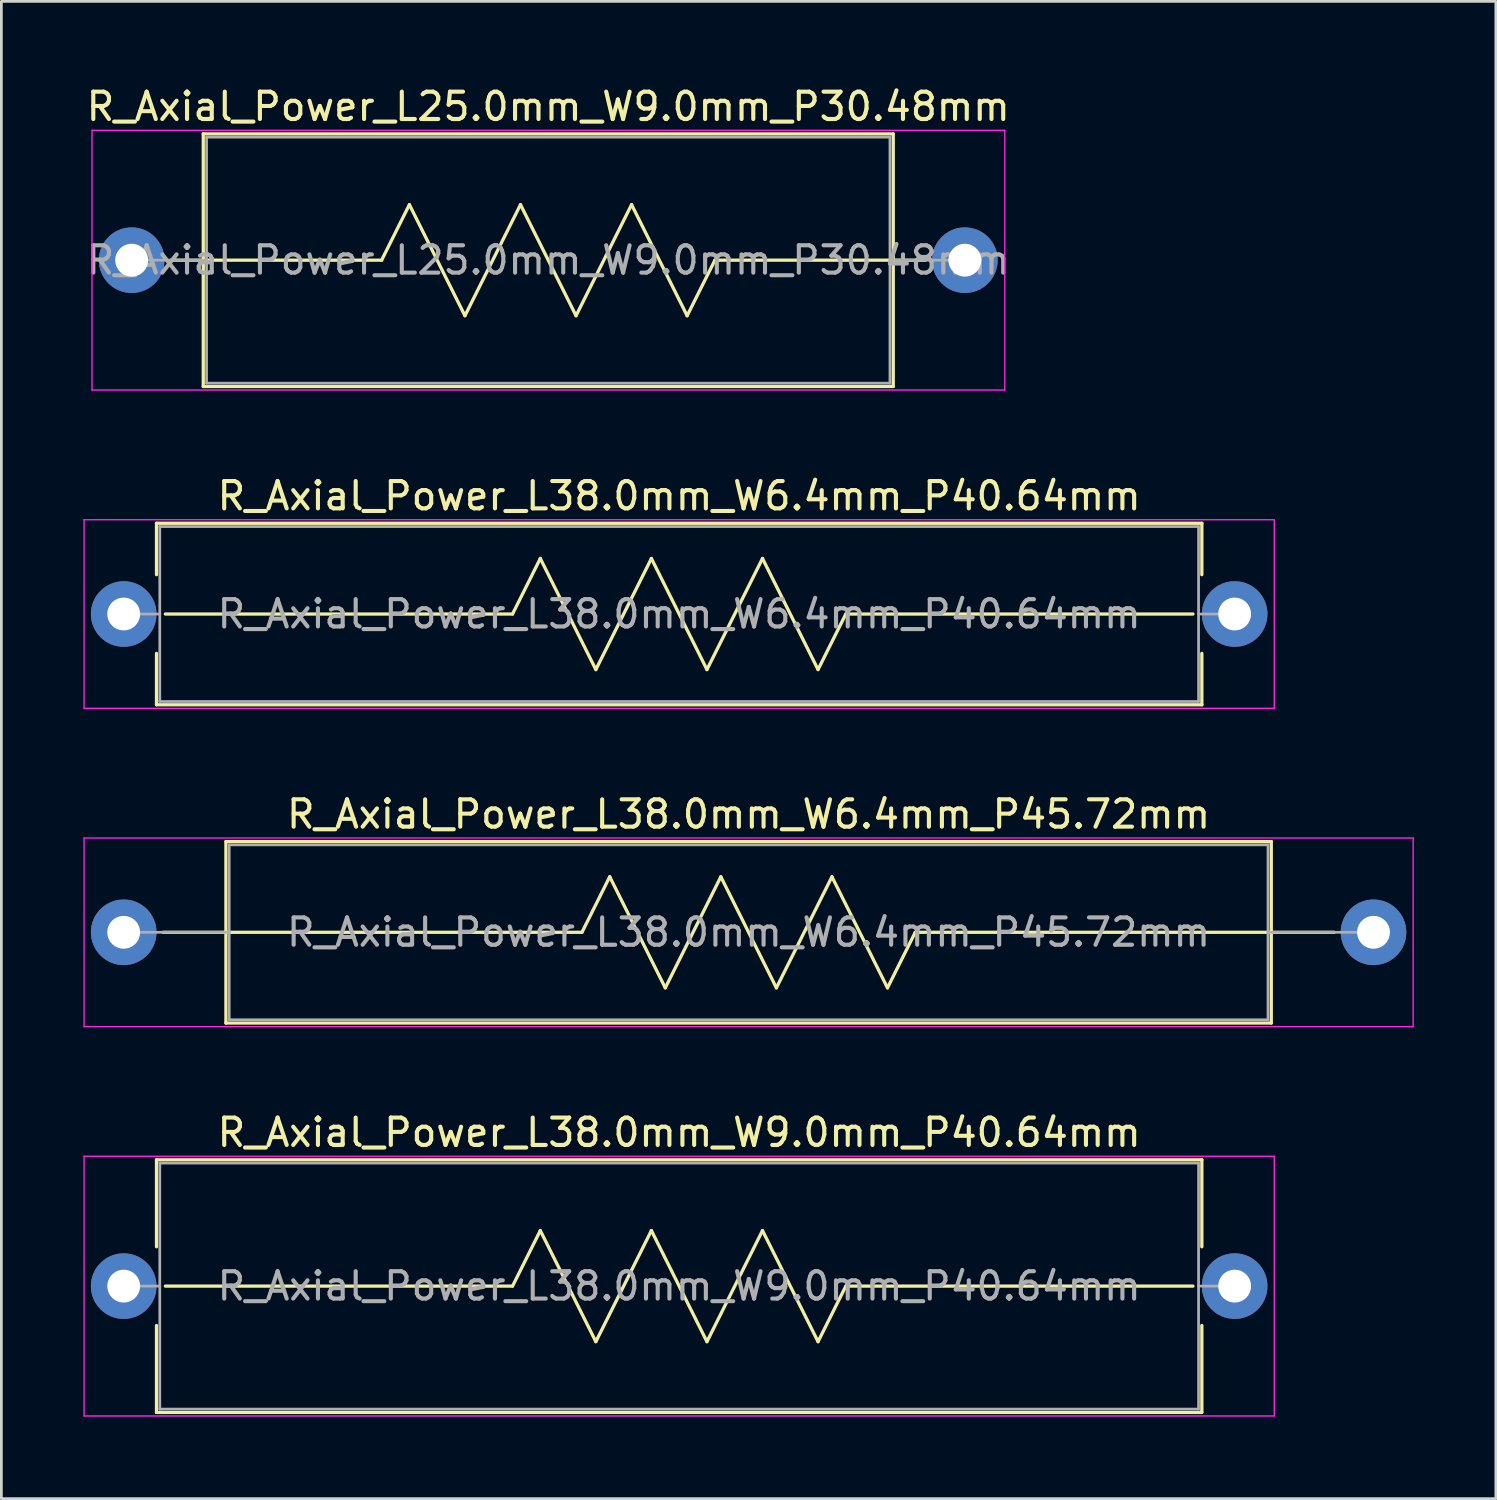
<source format=kicad_pcb>
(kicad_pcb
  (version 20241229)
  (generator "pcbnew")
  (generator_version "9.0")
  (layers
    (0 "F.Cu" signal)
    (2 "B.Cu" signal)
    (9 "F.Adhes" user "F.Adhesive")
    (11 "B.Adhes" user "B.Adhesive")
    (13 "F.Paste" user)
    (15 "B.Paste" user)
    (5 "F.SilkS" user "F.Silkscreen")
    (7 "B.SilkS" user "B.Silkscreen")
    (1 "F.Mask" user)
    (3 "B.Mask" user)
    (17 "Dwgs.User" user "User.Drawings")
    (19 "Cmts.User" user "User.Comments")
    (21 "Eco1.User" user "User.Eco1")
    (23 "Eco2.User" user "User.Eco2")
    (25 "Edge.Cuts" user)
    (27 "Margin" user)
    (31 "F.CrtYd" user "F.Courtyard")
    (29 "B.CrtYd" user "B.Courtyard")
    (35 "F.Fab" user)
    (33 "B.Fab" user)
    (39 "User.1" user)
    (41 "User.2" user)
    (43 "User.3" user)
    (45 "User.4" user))
  (footprint "R_Axial_Power_L38.0mm_W6.4mm_P45.72mm"
    (layer "F.Cu")
    (at 1.475 31.055)
    (property "Reference" "R_Axial_Power_L38.0mm_W6.4mm_P45.72mm" (at 22.86 -4.32 0) (layer "F.SilkS") (effects (font (size 1 1) (thickness 0.15))))
    (attr through_hole)
    (fp_line (start 1.44 0) (end 3.74 0) (stroke (width 0.12) (type solid)) (layer "F.SilkS"))
    (fp_line (start 3.74 -3.32) (end 3.74 3.32) (stroke (width 0.12) (type solid)) (layer "F.SilkS"))
    (fp_line (start 3.74 0) (end 16.764 0) (stroke (width 0.12) (type solid)) (layer "F.SilkS"))
    (fp_line (start 3.74 3.32) (end 41.98 3.32) (stroke (width 0.12) (type solid)) (layer "F.SilkS"))
    (fp_line (start 16.764 0) (end 17.78 -2.032) (stroke (width 0.12) (type solid)) (layer "F.SilkS"))
    (fp_line (start 17.78 -2.032) (end 19.812 2.032) (stroke (width 0.12) (type solid)) (layer "F.SilkS"))
    (fp_line (start 19.812 2.032) (end 21.844 -2.032) (stroke (width 0.12) (type solid)) (layer "F.SilkS"))
    (fp_line (start 21.844 -2.032) (end 23.876 2.032) (stroke (width 0.12) (type solid)) (layer "F.SilkS"))
    (fp_line (start 23.876 2.032) (end 25.908 -2.032) (stroke (width 0.12) (type solid)) (layer "F.SilkS"))
    (fp_line (start 25.908 -2.032) (end 27.94 2.032) (stroke (width 0.12) (type solid)) (layer "F.SilkS"))
    (fp_line (start 27.94 2.032) (end 28.956 0) (stroke (width 0.12) (type solid)) (layer "F.SilkS"))
    (fp_line (start 41.98 -3.32) (end 3.74 -3.32) (stroke (width 0.12) (type solid)) (layer "F.SilkS"))
    (fp_line (start 41.98 0) (end 28.956 0) (stroke (width 0.12) (type solid)) (layer "F.SilkS"))
    (fp_line (start 41.98 3.32) (end 41.98 -3.32) (stroke (width 0.12) (type solid)) (layer "F.SilkS"))
    (fp_line (start 44.28 0) (end 41.98 0) (stroke (width 0.12) (type solid)) (layer "F.SilkS"))
    (fp_line (start -1.45 -3.45) (end -1.45 3.45) (stroke (width 0.05) (type solid)) (layer "F.CrtYd"))
    (fp_line (start -1.45 3.45) (end 47.17 3.45) (stroke (width 0.05) (type solid)) (layer "F.CrtYd"))
    (fp_line (start 47.17 -3.45) (end -1.45 -3.45) (stroke (width 0.05) (type solid)) (layer "F.CrtYd"))
    (fp_line (start 47.17 3.45) (end 47.17 -3.45) (stroke (width 0.05) (type solid)) (layer "F.CrtYd"))
    (fp_line (start 0 0) (end 3.86 0) (stroke (width 0.1) (type solid)) (layer "F.Fab"))
    (fp_line (start 3.86 -3.2) (end 3.86 3.2) (stroke (width 0.1) (type solid)) (layer "F.Fab"))
    (fp_line (start 3.86 3.2) (end 41.86 3.2) (stroke (width 0.1) (type solid)) (layer "F.Fab"))
    (fp_line (start 41.86 -3.2) (end 3.86 -3.2) (stroke (width 0.1) (type solid)) (layer "F.Fab"))
    (fp_line (start 41.86 3.2) (end 41.86 -3.2) (stroke (width 0.1) (type solid)) (layer "F.Fab"))
    (fp_line (start 45.72 0) (end 41.86 0) (stroke (width 0.1) (type solid)) (layer "F.Fab"))
    (fp_text user "${REFERENCE}" (at 22.86 0 0) (layer "F.Fab") (effects (font (size 1 1) (thickness 0.15))))
    (pad "1" thru_hole circle (at 0 0) (size 2.4 2.4) (drill 1.2) (layers "*.Cu" "*.Mask"))
    (pad "2" thru_hole oval (at 45.72 0) (size 2.4 2.4) (drill 1.2) (layers "*.Cu" "*.Mask")))
  (footprint "R_Axial_Power_L38.0mm_W6.4mm_P40.64mm"
    (layer "F.Cu")
    (at 1.475 19.412)
    (property "Reference" "R_Axial_Power_L38.0mm_W6.4mm_P40.64mm" (at 20.32 -4.32 0) (layer "F.SilkS") (effects (font (size 1 1) (thickness 0.15))))
    (attr through_hole)
    (fp_line (start 1.2 -3.32) (end 39.44 -3.32) (stroke (width 0.12) (type solid)) (layer "F.SilkS"))
    (fp_line (start 1.2 -1.44) (end 1.2 -3.32) (stroke (width 0.12) (type solid)) (layer "F.SilkS"))
    (fp_line (start 1.2 1.44) (end 1.2 3.32) (stroke (width 0.12) (type solid)) (layer "F.SilkS"))
    (fp_line (start 1.2 3.32) (end 39.44 3.32) (stroke (width 0.12) (type solid)) (layer "F.SilkS"))
    (fp_line (start 1.524 0) (end 14.224 0) (stroke (width 0.12) (type solid)) (layer "F.SilkS"))
    (fp_line (start 14.224 0) (end 15.24 -2.032) (stroke (width 0.12) (type solid)) (layer "F.SilkS"))
    (fp_line (start 15.24 -2.032) (end 17.272 2.032) (stroke (width 0.12) (type solid)) (layer "F.SilkS"))
    (fp_line (start 17.272 2.032) (end 19.304 -2.032) (stroke (width 0.12) (type solid)) (layer "F.SilkS"))
    (fp_line (start 19.304 -2.032) (end 21.336 2.032) (stroke (width 0.12) (type solid)) (layer "F.SilkS"))
    (fp_line (start 21.336 2.032) (end 23.368 -2.032) (stroke (width 0.12) (type solid)) (layer "F.SilkS"))
    (fp_line (start 23.368 -2.032) (end 25.4 2.032) (stroke (width 0.12) (type solid)) (layer "F.SilkS"))
    (fp_line (start 25.4 2.032) (end 26.416 0) (stroke (width 0.12) (type solid)) (layer "F.SilkS"))
    (fp_line (start 39.116 0) (end 26.416 0) (stroke (width 0.12) (type solid)) (layer "F.SilkS"))
    (fp_line (start 39.44 -3.32) (end 39.44 -1.44) (stroke (width 0.12) (type solid)) (layer "F.SilkS"))
    (fp_line (start 39.44 3.32) (end 39.44 1.44) (stroke (width 0.12) (type solid)) (layer "F.SilkS"))
    (fp_line (start -1.45 -3.45) (end -1.45 3.45) (stroke (width 0.05) (type solid)) (layer "F.CrtYd"))
    (fp_line (start -1.45 3.45) (end 42.09 3.45) (stroke (width 0.05) (type solid)) (layer "F.CrtYd"))
    (fp_line (start 42.09 -3.45) (end -1.45 -3.45) (stroke (width 0.05) (type solid)) (layer "F.CrtYd"))
    (fp_line (start 42.09 3.45) (end 42.09 -3.45) (stroke (width 0.05) (type solid)) (layer "F.CrtYd"))
    (fp_line (start 0 0) (end 1.32 0) (stroke (width 0.1) (type solid)) (layer "F.Fab"))
    (fp_line (start 1.32 -3.2) (end 1.32 3.2) (stroke (width 0.1) (type solid)) (layer "F.Fab"))
    (fp_line (start 1.32 3.2) (end 39.32 3.2) (stroke (width 0.1) (type solid)) (layer "F.Fab"))
    (fp_line (start 39.32 -3.2) (end 1.32 -3.2) (stroke (width 0.1) (type solid)) (layer "F.Fab"))
    (fp_line (start 39.32 3.2) (end 39.32 -3.2) (stroke (width 0.1) (type solid)) (layer "F.Fab"))
    (fp_line (start 40.64 0) (end 39.32 0) (stroke (width 0.1) (type solid)) (layer "F.Fab"))
    (fp_text user "${REFERENCE}" (at 20.32 0 0) (layer "F.Fab") (effects (font (size 1 1) (thickness 0.15))))
    (pad "1" thru_hole circle (at 0 0) (size 2.4 2.4) (drill 1.2) (layers "*.Cu" "*.Mask"))
    (pad "2" thru_hole oval (at 40.64 0) (size 2.4 2.4) (drill 1.2) (layers "*.Cu" "*.Mask")))
  (footprint "R_Axial_Power_L38.0mm_W9.0mm_P40.64mm"
    (layer "F.Cu")
    (at 1.475 43.998)
    (property "Reference" "R_Axial_Power_L38.0mm_W9.0mm_P40.64mm" (at 20.32 -5.62 0) (layer "F.SilkS") (effects (font (size 1 1) (thickness 0.15))))
    (attr through_hole)
    (fp_line (start 1.2 -4.62) (end 39.44 -4.62) (stroke (width 0.12) (type solid)) (layer "F.SilkS"))
    (fp_line (start 1.2 -1.44) (end 1.2 -4.62) (stroke (width 0.12) (type solid)) (layer "F.SilkS"))
    (fp_line (start 1.2 1.44) (end 1.2 4.62) (stroke (width 0.12) (type solid)) (layer "F.SilkS"))
    (fp_line (start 1.2 4.62) (end 39.44 4.62) (stroke (width 0.12) (type solid)) (layer "F.SilkS"))
    (fp_line (start 1.524 0) (end 14.224 0) (stroke (width 0.12) (type solid)) (layer "F.SilkS"))
    (fp_line (start 14.224 0) (end 15.24 -2.032) (stroke (width 0.12) (type solid)) (layer "F.SilkS"))
    (fp_line (start 15.24 -2.032) (end 17.272 2.032) (stroke (width 0.12) (type solid)) (layer "F.SilkS"))
    (fp_line (start 17.272 2.032) (end 19.304 -2.032) (stroke (width 0.12) (type solid)) (layer "F.SilkS"))
    (fp_line (start 19.304 -2.032) (end 21.336 2.032) (stroke (width 0.12) (type solid)) (layer "F.SilkS"))
    (fp_line (start 21.336 2.032) (end 23.368 -2.032) (stroke (width 0.12) (type solid)) (layer "F.SilkS"))
    (fp_line (start 23.368 -2.032) (end 25.4 2.032) (stroke (width 0.12) (type solid)) (layer "F.SilkS"))
    (fp_line (start 25.4 2.032) (end 26.416 0) (stroke (width 0.12) (type solid)) (layer "F.SilkS"))
    (fp_line (start 39.116 0) (end 26.416 0) (stroke (width 0.12) (type solid)) (layer "F.SilkS"))
    (fp_line (start 39.44 -4.62) (end 39.44 -1.44) (stroke (width 0.12) (type solid)) (layer "F.SilkS"))
    (fp_line (start 39.44 4.62) (end 39.44 1.44) (stroke (width 0.12) (type solid)) (layer "F.SilkS"))
    (fp_line (start -1.45 -4.75) (end -1.45 4.75) (stroke (width 0.05) (type solid)) (layer "F.CrtYd"))
    (fp_line (start -1.45 4.75) (end 42.09 4.75) (stroke (width 0.05) (type solid)) (layer "F.CrtYd"))
    (fp_line (start 42.09 -4.75) (end -1.45 -4.75) (stroke (width 0.05) (type solid)) (layer "F.CrtYd"))
    (fp_line (start 42.09 4.75) (end 42.09 -4.75) (stroke (width 0.05) (type solid)) (layer "F.CrtYd"))
    (fp_line (start 0 0) (end 1.32 0) (stroke (width 0.1) (type solid)) (layer "F.Fab"))
    (fp_line (start 1.32 -4.5) (end 1.32 4.5) (stroke (width 0.1) (type solid)) (layer "F.Fab"))
    (fp_line (start 1.32 4.5) (end 39.32 4.5) (stroke (width 0.1) (type solid)) (layer "F.Fab"))
    (fp_line (start 39.32 -4.5) (end 1.32 -4.5) (stroke (width 0.1) (type solid)) (layer "F.Fab"))
    (fp_line (start 39.32 4.5) (end 39.32 -4.5) (stroke (width 0.1) (type solid)) (layer "F.Fab"))
    (fp_line (start 40.64 0) (end 39.32 0) (stroke (width 0.1) (type solid)) (layer "F.Fab"))
    (fp_text user "${REFERENCE}" (at 20.32 0 0) (layer "F.Fab") (effects (font (size 1 1) (thickness 0.15))))
    (pad "1" thru_hole circle (at 0 0) (size 2.4 2.4) (drill 1.2) (layers "*.Cu" "*.Mask"))
    (pad "2" thru_hole oval (at 40.64 0) (size 2.4 2.4) (drill 1.2) (layers "*.Cu" "*.Mask")))
  (footprint "R_Axial_Power_L25.0mm_W9.0mm_P30.48mm"
    (layer "F.Cu")
    (at 1.766 6.468)
    (property "Reference" "R_Axial_Power_L25.0mm_W9.0mm_P30.48mm" (at 15.24 -5.62 0) (layer "F.SilkS") (effects (font (size 1 1) (thickness 0.15))))
    (attr through_hole)
    (fp_line (start 1.44 0) (end 2.62 0) (stroke (width 0.12) (type solid)) (layer "F.SilkS"))
    (fp_line (start 2.62 -4.62) (end 2.62 4.62) (stroke (width 0.12) (type solid)) (layer "F.SilkS"))
    (fp_line (start 2.62 0) (end 9.144 0) (stroke (width 0.12) (type solid)) (layer "F.SilkS"))
    (fp_line (start 2.62 4.62) (end 27.86 4.62) (stroke (width 0.12) (type solid)) (layer "F.SilkS"))
    (fp_line (start 9.144 0) (end 10.16 -2.032) (stroke (width 0.12) (type solid)) (layer "F.SilkS"))
    (fp_line (start 10.16 -2.032) (end 12.192 2.032) (stroke (width 0.12) (type solid)) (layer "F.SilkS"))
    (fp_line (start 12.192 2.032) (end 14.224 -2.032) (stroke (width 0.12) (type solid)) (layer "F.SilkS"))
    (fp_line (start 14.224 -2.032) (end 16.256 2.032) (stroke (width 0.12) (type solid)) (layer "F.SilkS"))
    (fp_line (start 16.256 2.032) (end 18.288 -2.032) (stroke (width 0.12) (type solid)) (layer "F.SilkS"))
    (fp_line (start 18.288 -2.032) (end 20.32 2.032) (stroke (width 0.12) (type solid)) (layer "F.SilkS"))
    (fp_line (start 20.32 2.032) (end 21.336 0) (stroke (width 0.12) (type solid)) (layer "F.SilkS"))
    (fp_line (start 27.86 -4.62) (end 2.62 -4.62) (stroke (width 0.12) (type solid)) (layer "F.SilkS"))
    (fp_line (start 27.86 0) (end 21.336 0) (stroke (width 0.12) (type solid)) (layer "F.SilkS"))
    (fp_line (start 27.86 4.62) (end 27.86 -4.62) (stroke (width 0.12) (type solid)) (layer "F.SilkS"))
    (fp_line (start 29.04 0) (end 27.86 0) (stroke (width 0.12) (type solid)) (layer "F.SilkS"))
    (fp_line (start -1.45 -4.75) (end -1.45 4.75) (stroke (width 0.05) (type solid)) (layer "F.CrtYd"))
    (fp_line (start -1.45 4.75) (end 31.94 4.75) (stroke (width 0.05) (type solid)) (layer "F.CrtYd"))
    (fp_line (start 31.94 -4.75) (end -1.45 -4.75) (stroke (width 0.05) (type solid)) (layer "F.CrtYd"))
    (fp_line (start 31.94 4.75) (end 31.94 -4.75) (stroke (width 0.05) (type solid)) (layer "F.CrtYd"))
    (fp_line (start 0 0) (end 2.74 0) (stroke (width 0.1) (type solid)) (layer "F.Fab"))
    (fp_line (start 2.74 -4.5) (end 2.74 4.5) (stroke (width 0.1) (type solid)) (layer "F.Fab"))
    (fp_line (start 2.74 4.5) (end 27.74 4.5) (stroke (width 0.1) (type solid)) (layer "F.Fab"))
    (fp_line (start 27.74 -4.5) (end 2.74 -4.5) (stroke (width 0.1) (type solid)) (layer "F.Fab"))
    (fp_line (start 27.74 4.5) (end 27.74 -4.5) (stroke (width 0.1) (type solid)) (layer "F.Fab"))
    (fp_line (start 30.48 0) (end 27.74 0) (stroke (width 0.1) (type solid)) (layer "F.Fab"))
    (fp_text user "${REFERENCE}" (at 15.24 0 0) (layer "F.Fab") (effects (font (size 1 1) (thickness 0.15))))
    (pad "1" thru_hole circle (at 0 0) (size 2.4 2.4) (drill 1.2) (layers "*.Cu" "*.Mask"))
    (pad "2" thru_hole oval (at 30.48 0) (size 2.4 2.4) (drill 1.2) (layers "*.Cu" "*.Mask")))
  (gr_rect
    (start -3 -3)
    (end 51.67 51.773)
    (stroke (width 0.1) (type default))
    (fill no)
    (layer "Edge.Cuts")))
</source>
